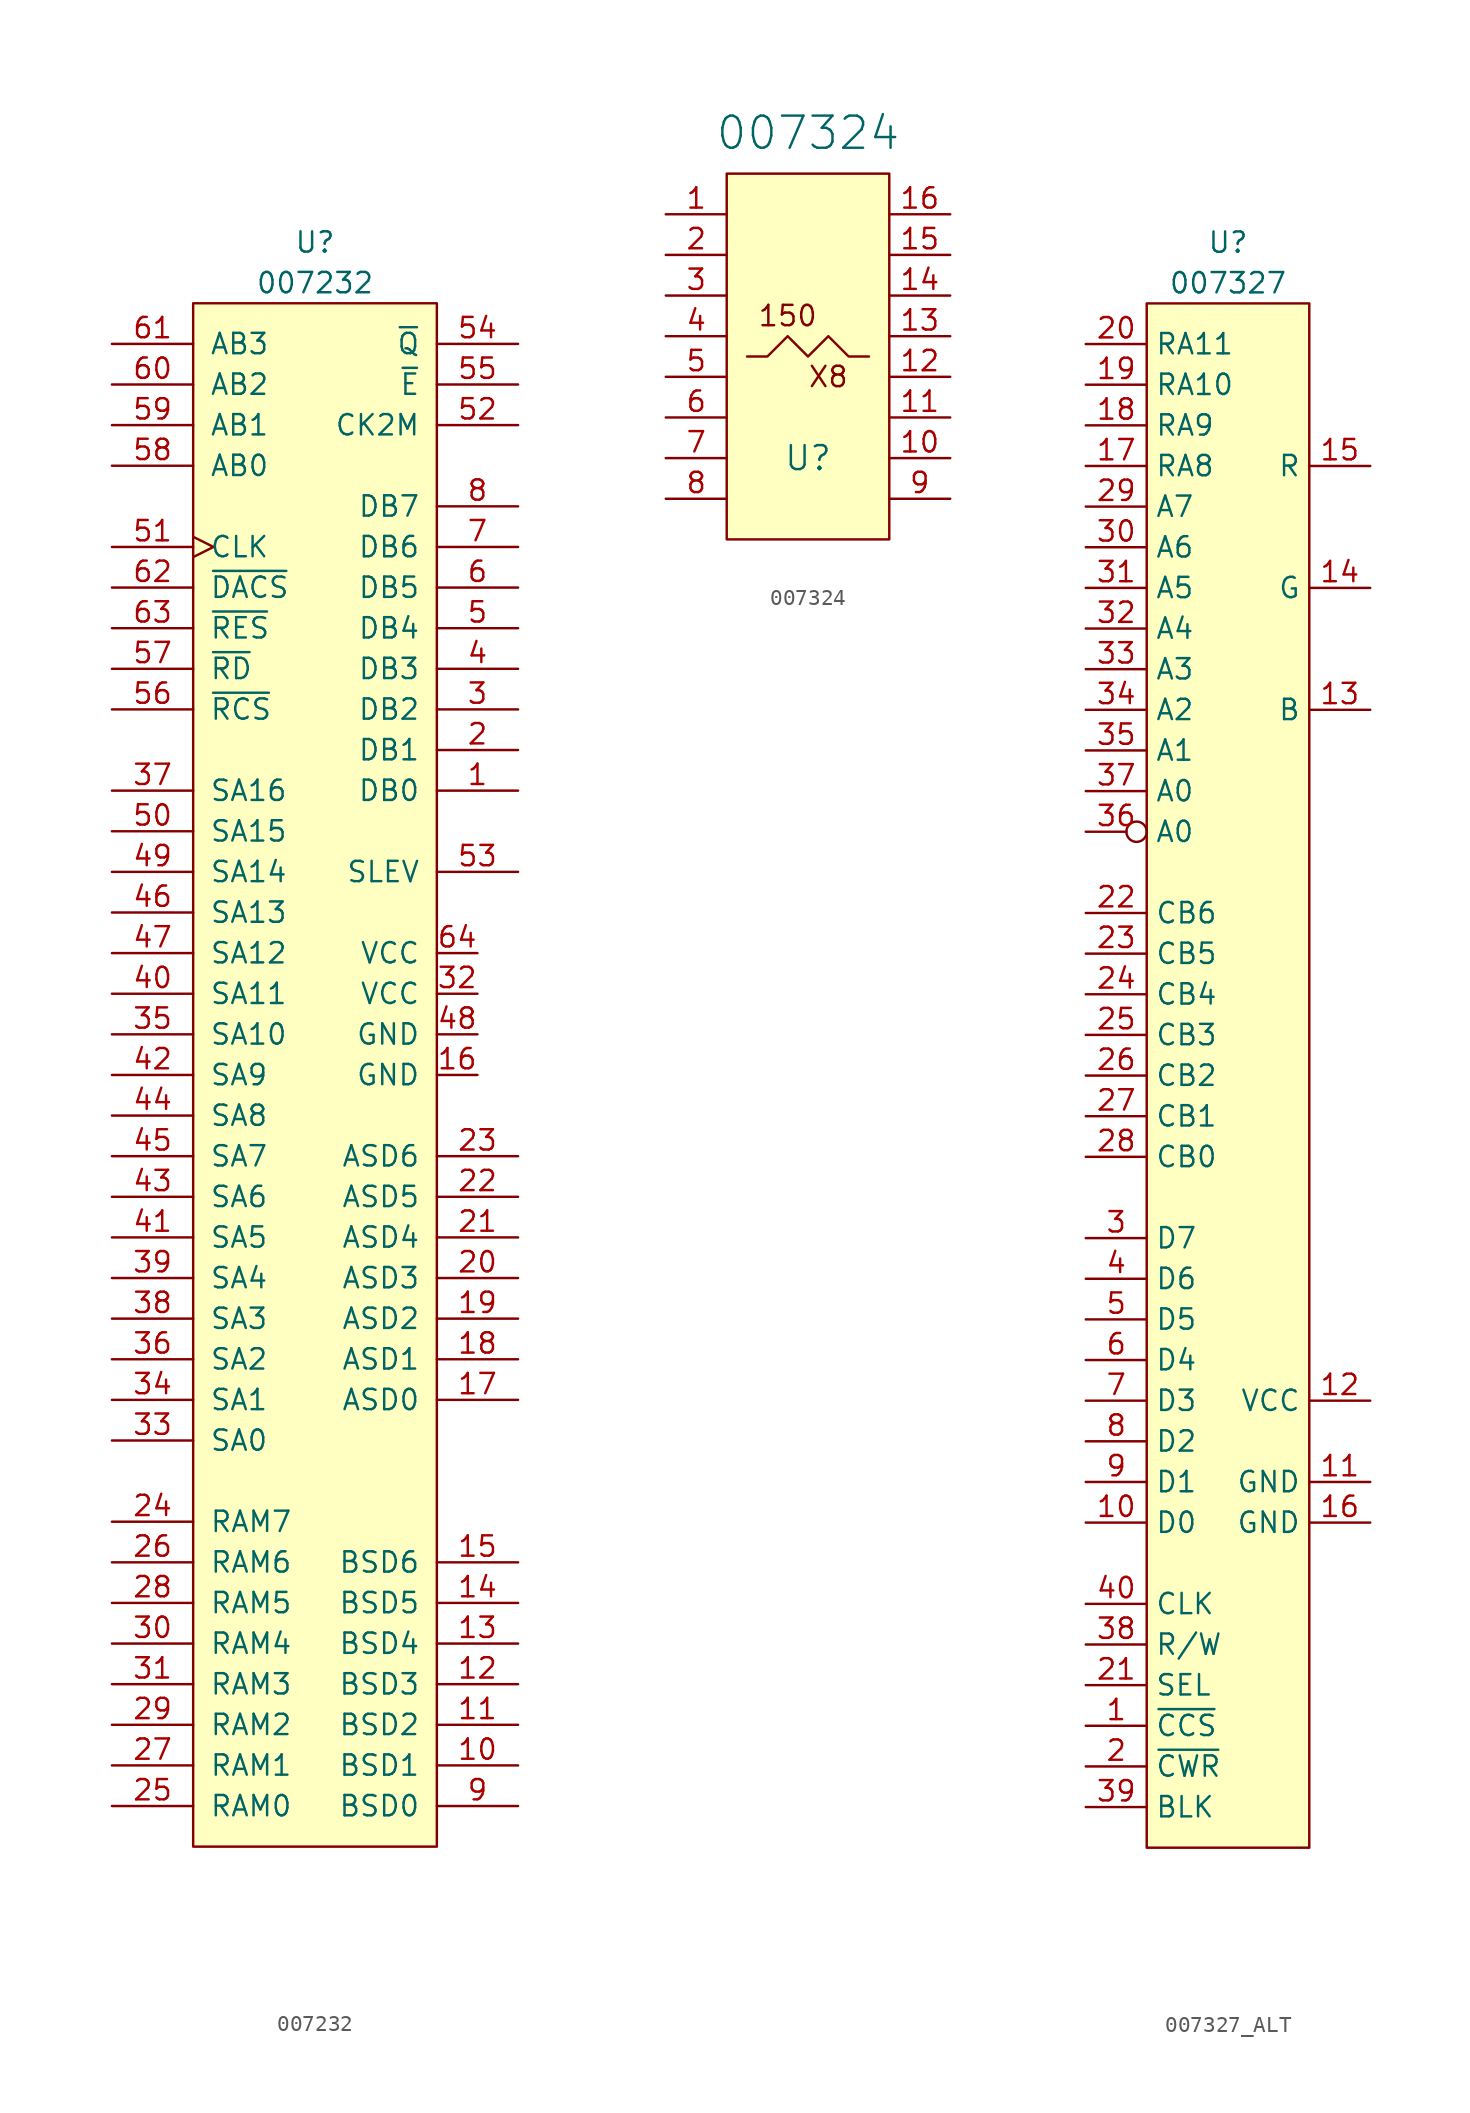
<source format=kicad_sym>
(kicad_symbol_lib
  (version 20231120)
  (generator "kicad_symbol_editor")
  (generator_version "8.0")
  (symbol "007232"
    (pin_names
      (offset 1.016))
    (property "Reference" "U"
      (at 0 52.07 0)
      (effects (font (size 1.27 1.27))))
    (property "Value" "007232"
      (at 0 49.53 0)
      (effects (font (size 1.27 1.27))))
    (symbol "007232_0_0"
      (rectangle (start -7.62 48.26) (end 7.62 -48.26) (stroke (width 0) (type default)) (fill (type background)))
      (pin bidirectional line (at 12.7 17.78 180) (length 5.08) (name "DB0" (effects (font (size 1.27 1.27)))) (number "1" (effects (font (size 1.27 1.27)))))
      (pin output line (at 12.7 -43.18 180) (length 5.08) (name "BSD1" (effects (font (size 1.27 1.27)))) (number "10" (effects (font (size 1.27 1.27)))))
      (pin output line (at 12.7 -40.64 180) (length 5.08) (name "BSD2" (effects (font (size 1.27 1.27)))) (number "11" (effects (font (size 1.27 1.27)))))
      (pin output line (at 12.7 -38.1 180) (length 5.08) (name "BSD3" (effects (font (size 1.27 1.27)))) (number "12" (effects (font (size 1.27 1.27)))))
      (pin output line (at 12.7 -35.56 180) (length 5.08) (name "BSD4" (effects (font (size 1.27 1.27)))) (number "13" (effects (font (size 1.27 1.27)))))
      (pin output line (at 12.7 -33.02 180) (length 5.08) (name "BSD5" (effects (font (size 1.27 1.27)))) (number "14" (effects (font (size 1.27 1.27)))))
      (pin output line (at 12.7 -30.48 180) (length 5.08) (name "BSD6" (effects (font (size 1.27 1.27)))) (number "15" (effects (font (size 1.27 1.27)))))
      (pin power_in line (at 10.16 0 180) (length 2.54) (name "GND" (effects (font (size 1.27 1.27)))) (number "16" (effects (font (size 1.27 1.27)))))
      (pin output line (at 12.7 -20.32 180) (length 5.08) (name "ASD0" (effects (font (size 1.27 1.27)))) (number "17" (effects (font (size 1.27 1.27)))))
      (pin output line (at 12.7 -17.78 180) (length 5.08) (name "ASD1" (effects (font (size 1.27 1.27)))) (number "18" (effects (font (size 1.27 1.27)))))
      (pin output line (at 12.7 -15.24 180) (length 5.08) (name "ASD2" (effects (font (size 1.27 1.27)))) (number "19" (effects (font (size 1.27 1.27)))))
      (pin bidirectional line (at 12.7 20.32 180) (length 5.08) (name "DB1" (effects (font (size 1.27 1.27)))) (number "2" (effects (font (size 1.27 1.27)))))
      (pin output line (at 12.7 -12.7 180) (length 5.08) (name "ASD3" (effects (font (size 1.27 1.27)))) (number "20" (effects (font (size 1.27 1.27)))))
      (pin output line (at 12.7 -10.16 180) (length 5.08) (name "ASD4" (effects (font (size 1.27 1.27)))) (number "21" (effects (font (size 1.27 1.27)))))
      (pin output line (at 12.7 -7.62 180) (length 5.08) (name "ASD5" (effects (font (size 1.27 1.27)))) (number "22" (effects (font (size 1.27 1.27)))))
      (pin output line (at 12.7 -5.08 180) (length 5.08) (name "ASD6" (effects (font (size 1.27 1.27)))) (number "23" (effects (font (size 1.27 1.27)))))
      (pin bidirectional line (at -12.7 -27.94 0) (length 5.08) (name "RAM7" (effects (font (size 1.27 1.27)))) (number "24" (effects (font (size 1.27 1.27)))))
      (pin bidirectional line (at -12.7 -45.72 0) (length 5.08) (name "RAM0" (effects (font (size 1.27 1.27)))) (number "25" (effects (font (size 1.27 1.27)))))
      (pin bidirectional line (at -12.7 -30.48 0) (length 5.08) (name "RAM6" (effects (font (size 1.27 1.27)))) (number "26" (effects (font (size 1.27 1.27)))))
      (pin bidirectional line (at -12.7 -43.18 0) (length 5.08) (name "RAM1" (effects (font (size 1.27 1.27)))) (number "27" (effects (font (size 1.27 1.27)))))
      (pin bidirectional line (at -12.7 -33.02 0) (length 5.08) (name "RAM5" (effects (font (size 1.27 1.27)))) (number "28" (effects (font (size 1.27 1.27)))))
      (pin bidirectional line (at -12.7 -40.64 0) (length 5.08) (name "RAM2" (effects (font (size 1.27 1.27)))) (number "29" (effects (font (size 1.27 1.27)))))
      (pin bidirectional line (at 12.7 22.86 180) (length 5.08) (name "DB2" (effects (font (size 1.27 1.27)))) (number "3" (effects (font (size 1.27 1.27)))))
      (pin bidirectional line (at -12.7 -35.56 0) (length 5.08) (name "RAM4" (effects (font (size 1.27 1.27)))) (number "30" (effects (font (size 1.27 1.27)))))
      (pin bidirectional line (at -12.7 -38.1 0) (length 5.08) (name "RAM3" (effects (font (size 1.27 1.27)))) (number "31" (effects (font (size 1.27 1.27)))))
      (pin power_in line (at 10.16 5.08 180) (length 2.54) (name "VCC" (effects (font (size 1.27 1.27)))) (number "32" (effects (font (size 1.27 1.27)))))
      (pin output line (at -12.7 -22.86 0) (length 5.08) (name "SA0" (effects (font (size 1.27 1.27)))) (number "33" (effects (font (size 1.27 1.27)))))
      (pin output line (at -12.7 -20.32 0) (length 5.08) (name "SA1" (effects (font (size 1.27 1.27)))) (number "34" (effects (font (size 1.27 1.27)))))
      (pin output line (at -12.7 2.54 0) (length 5.08) (name "SA10" (effects (font (size 1.27 1.27)))) (number "35" (effects (font (size 1.27 1.27)))))
      (pin output line (at -12.7 -17.78 0) (length 5.08) (name "SA2" (effects (font (size 1.27 1.27)))) (number "36" (effects (font (size 1.27 1.27)))))
      (pin output line (at -12.7 17.78 0) (length 5.08) (name "SA16" (effects (font (size 1.27 1.27)))) (number "37" (effects (font (size 1.27 1.27)))))
      (pin output line (at -12.7 -15.24 0) (length 5.08) (name "SA3" (effects (font (size 1.27 1.27)))) (number "38" (effects (font (size 1.27 1.27)))))
      (pin output line (at -12.7 -12.7 0) (length 5.08) (name "SA4" (effects (font (size 1.27 1.27)))) (number "39" (effects (font (size 1.27 1.27)))))
      (pin bidirectional line (at 12.7 25.4 180) (length 5.08) (name "DB3" (effects (font (size 1.27 1.27)))) (number "4" (effects (font (size 1.27 1.27)))))
      (pin output line (at -12.7 5.08 0) (length 5.08) (name "SA11" (effects (font (size 1.27 1.27)))) (number "40" (effects (font (size 1.27 1.27)))))
      (pin output line (at -12.7 -10.16 0) (length 5.08) (name "SA5" (effects (font (size 1.27 1.27)))) (number "41" (effects (font (size 1.27 1.27)))))
      (pin output line (at -12.7 0 0) (length 5.08) (name "SA9" (effects (font (size 1.27 1.27)))) (number "42" (effects (font (size 1.27 1.27)))))
      (pin output line (at -12.7 -7.62 0) (length 5.08) (name "SA6" (effects (font (size 1.27 1.27)))) (number "43" (effects (font (size 1.27 1.27)))))
      (pin output line (at -12.7 -2.54 0) (length 5.08) (name "SA8" (effects (font (size 1.27 1.27)))) (number "44" (effects (font (size 1.27 1.27)))))
      (pin output line (at -12.7 -5.08 0) (length 5.08) (name "SA7" (effects (font (size 1.27 1.27)))) (number "45" (effects (font (size 1.27 1.27)))))
      (pin output line (at -12.7 10.16 0) (length 5.08) (name "SA13" (effects (font (size 1.27 1.27)))) (number "46" (effects (font (size 1.27 1.27)))))
      (pin output line (at -12.7 7.62 0) (length 5.08) (name "SA12" (effects (font (size 1.27 1.27)))) (number "47" (effects (font (size 1.27 1.27)))))
      (pin power_in line (at 10.16 2.54 180) (length 2.54) (name "GND" (effects (font (size 1.27 1.27)))) (number "48" (effects (font (size 1.27 1.27)))))
      (pin output line (at -12.7 12.7 0) (length 5.08) (name "SA14" (effects (font (size 1.27 1.27)))) (number "49" (effects (font (size 1.27 1.27)))))
      (pin bidirectional line (at 12.7 27.94 180) (length 5.08) (name "DB4" (effects (font (size 1.27 1.27)))) (number "5" (effects (font (size 1.27 1.27)))))
      (pin output line (at -12.7 15.24 0) (length 5.08) (name "SA15" (effects (font (size 1.27 1.27)))) (number "50" (effects (font (size 1.27 1.27)))))
      (pin input clock (at -12.7 33.02 0) (length 5.08) (name "CLK" (effects (font (size 1.27 1.27)))) (number "51" (effects (font (size 1.27 1.27)))))
      (pin output line (at 12.7 40.64 180) (length 5.08) (name "CK2M" (effects (font (size 1.27 1.27)))) (number "52" (effects (font (size 1.27 1.27)))))
      (pin output line (at 12.7 12.7 180) (length 5.08) (name "SLEV" (effects (font (size 1.27 1.27)))) (number "53" (effects (font (size 1.27 1.27)))))
      (pin output line (at 12.7 45.72 180) (length 5.08) (name "~{Q}" (effects (font (size 1.27 1.27)))) (number "54" (effects (font (size 1.27 1.27)))))
      (pin output line (at 12.7 43.18 180) (length 5.08) (name "~{E}" (effects (font (size 1.27 1.27)))) (number "55" (effects (font (size 1.27 1.27)))))
      (pin input line (at -12.7 22.86 0) (length 5.08) (name "~{RCS}" (effects (font (size 1.27 1.27)))) (number "56" (effects (font (size 1.27 1.27)))))
      (pin input line (at -12.7 25.4 0) (length 5.08) (name "~{RD}" (effects (font (size 1.27 1.27)))) (number "57" (effects (font (size 1.27 1.27)))))
      (pin input line (at -12.7 38.1 0) (length 5.08) (name "AB0" (effects (font (size 1.27 1.27)))) (number "58" (effects (font (size 1.27 1.27)))))
      (pin input line (at -12.7 40.64 0) (length 5.08) (name "AB1" (effects (font (size 1.27 1.27)))) (number "59" (effects (font (size 1.27 1.27)))))
      (pin bidirectional line (at 12.7 30.48 180) (length 5.08) (name "DB5" (effects (font (size 1.27 1.27)))) (number "6" (effects (font (size 1.27 1.27)))))
      (pin input line (at -12.7 43.18 0) (length 5.08) (name "AB2" (effects (font (size 1.27 1.27)))) (number "60" (effects (font (size 1.27 1.27)))))
      (pin input line (at -12.7 45.72 0) (length 5.08) (name "AB3" (effects (font (size 1.27 1.27)))) (number "61" (effects (font (size 1.27 1.27)))))
      (pin input line (at -12.7 30.48 0) (length 5.08) (name "~{DACS}" (effects (font (size 1.27 1.27)))) (number "62" (effects (font (size 1.27 1.27)))))
      (pin input line (at -12.7 27.94 0) (length 5.08) (name "~{RES}" (effects (font (size 1.27 1.27)))) (number "63" (effects (font (size 1.27 1.27)))))
      (pin power_in line (at 10.16 7.62 180) (length 2.54) (name "VCC" (effects (font (size 1.27 1.27)))) (number "64" (effects (font (size 1.27 1.27)))))
      (pin bidirectional line (at 12.7 33.02 180) (length 5.08) (name "DB6" (effects (font (size 1.27 1.27)))) (number "7" (effects (font (size 1.27 1.27)))))
      (pin bidirectional line (at 12.7 35.56 180) (length 5.08) (name "DB7" (effects (font (size 1.27 1.27)))) (number "8" (effects (font (size 1.27 1.27)))))
      (pin output line (at 12.7 -45.72 180) (length 5.08) (name "BSD0" (effects (font (size 1.27 1.27)))) (number "9" (effects (font (size 1.27 1.27)))))))
  (symbol "007324"
    (pin_names
      (offset 1.016))
    (property "Reference" "U"
      (at 5.08 -17.78 0)
      (effects (font (size 1.499 1.499))))
    (property "Value" "007324"
      (at 5.08 2.54 0)
      (effects (font (size 2.007 2.007))))
    (symbol "007324_0_0"
      (polyline (pts (xy 1.27 -11.43) (xy 2.54 -11.43) (xy 3.81 -10.16) (xy 5.08 -11.43) (xy 6.35 -10.16) (xy 7.62 -11.43) (xy 8.89 -11.43)) (stroke (width 0) (type default)) (fill (type none)))
      (rectangle (start 0 0) (end 10.16 -22.86) (stroke (width 0) (type default)) (fill (type background)))
      (text "150" (at 3.81 -8.89 0) (effects (font (size 1.27 1.27))))
      (text "X8" (at 6.35 -12.7 0) (effects (font (size 1.27 1.27)))))
    (symbol "007324_1_1"
      (pin input line (at -3.81 -2.54 0) (length 3.81) (name "~" (effects (font (size 1.27 1.27)))) (number "1" (effects (font (size 1.27 1.27)))))
      (pin input line (at 13.97 -17.78 180) (length 3.81) (name "~" (effects (font (size 1.27 1.27)))) (number "10" (effects (font (size 1.27 1.27)))))
      (pin input line (at 13.97 -15.24 180) (length 3.81) (name "~" (effects (font (size 1.27 1.27)))) (number "11" (effects (font (size 1.27 1.27)))))
      (pin input line (at 13.97 -12.7 180) (length 3.81) (name "~" (effects (font (size 1.27 1.27)))) (number "12" (effects (font (size 1.27 1.27)))))
      (pin input line (at 13.97 -10.16 180) (length 3.81) (name "~" (effects (font (size 1.27 1.27)))) (number "13" (effects (font (size 1.27 1.27)))))
      (pin input line (at 13.97 -7.62 180) (length 3.81) (name "~" (effects (font (size 1.27 1.27)))) (number "14" (effects (font (size 1.27 1.27)))))
      (pin input line (at 13.97 -5.08 180) (length 3.81) (name "~" (effects (font (size 1.27 1.27)))) (number "15" (effects (font (size 1.27 1.27)))))
      (pin input line (at 13.97 -2.54 180) (length 3.81) (name "~" (effects (font (size 1.27 1.27)))) (number "16" (effects (font (size 1.27 1.27)))))
      (pin input line (at -3.81 -5.08 0) (length 3.81) (name "~" (effects (font (size 1.27 1.27)))) (number "2" (effects (font (size 1.27 1.27)))))
      (pin input line (at -3.81 -7.62 0) (length 3.81) (name "~" (effects (font (size 1.27 1.27)))) (number "3" (effects (font (size 1.27 1.27)))))
      (pin input line (at -3.81 -10.16 0) (length 3.81) (name "~" (effects (font (size 1.27 1.27)))) (number "4" (effects (font (size 1.27 1.27)))))
      (pin input line (at -3.81 -12.7 0) (length 3.81) (name "~" (effects (font (size 1.27 1.27)))) (number "5" (effects (font (size 1.27 1.27)))))
      (pin input line (at -3.81 -15.24 0) (length 3.81) (name "~" (effects (font (size 1.27 1.27)))) (number "6" (effects (font (size 1.27 1.27)))))
      (pin input line (at -3.81 -17.78 0) (length 3.81) (name "~" (effects (font (size 1.27 1.27)))) (number "7" (effects (font (size 1.27 1.27)))))
      (pin input line (at -3.81 -20.32 0) (length 3.81) (name "~" (effects (font (size 1.27 1.27)))) (number "8" (effects (font (size 1.27 1.27)))))
      (pin input line (at 13.97 -20.32 180) (length 3.81) (name "~" (effects (font (size 1.27 1.27)))) (number "9" (effects (font (size 1.27 1.27)))))))
  (symbol "007327_ALT"
    (property "Reference" "U"
      (at 0 52.07 0)
      (effects (font (size 1.27 1.27))))
    (property "Value" "007327"
      (at 0 49.53 0)
      (effects (font (size 1.27 1.27))))
    (symbol "007327_ALT_0_0"
      (rectangle (start -5.08 48.26) (end 5.08 -48.26) (stroke (width 0) (type default)) (fill (type background))))
    (symbol "007327_ALT_1_1"
      (pin input line (at -8.89 -40.64 0) (length 3.81) (name "~{CCS}" (effects (font (size 1.27 1.27)))) (number "1" (effects (font (size 1.27 1.27)))))
      (pin input line (at -8.89 -27.94 0) (length 3.81) (name "D0" (effects (font (size 1.27 1.27)))) (number "10" (effects (font (size 1.27 1.27)))))
      (pin input line (at 8.89 -25.4 180) (length 3.81) (name "GND" (effects (font (size 1.27 1.27)))) (number "11" (effects (font (size 1.27 1.27)))))
      (pin input line (at 8.89 -20.32 180) (length 3.81) (name "VCC" (effects (font (size 1.27 1.27)))) (number "12" (effects (font (size 1.27 1.27)))))
      (pin input line (at 8.89 22.86 180) (length 3.81) (name "B" (effects (font (size 1.27 1.27)))) (number "13" (effects (font (size 1.27 1.27)))))
      (pin input line (at 8.89 30.48 180) (length 3.81) (name "G" (effects (font (size 1.27 1.27)))) (number "14" (effects (font (size 1.27 1.27)))))
      (pin input line (at 8.89 38.1 180) (length 3.81) (name "R" (effects (font (size 1.27 1.27)))) (number "15" (effects (font (size 1.27 1.27)))))
      (pin input line (at 8.89 -27.94 180) (length 3.81) (name "GND" (effects (font (size 1.27 1.27)))) (number "16" (effects (font (size 1.27 1.27)))))
      (pin input line (at -8.89 38.1 0) (length 3.81) (name "RA8" (effects (font (size 1.27 1.27)))) (number "17" (effects (font (size 1.27 1.27)))))
      (pin input line (at -8.89 40.64 0) (length 3.81) (name "RA9" (effects (font (size 1.27 1.27)))) (number "18" (effects (font (size 1.27 1.27)))))
      (pin input line (at -8.89 43.18 0) (length 3.81) (name "RA10" (effects (font (size 1.27 1.27)))) (number "19" (effects (font (size 1.27 1.27)))))
      (pin input line (at -8.89 -43.18 0) (length 3.81) (name "~{CWR}" (effects (font (size 1.27 1.27)))) (number "2" (effects (font (size 1.27 1.27)))))
      (pin input line (at -8.89 45.72 0) (length 3.81) (name "RA11" (effects (font (size 1.27 1.27)))) (number "20" (effects (font (size 1.27 1.27)))))
      (pin input line (at -8.89 -38.1 0) (length 3.81) (name "SEL" (effects (font (size 1.27 1.27)))) (number "21" (effects (font (size 1.27 1.27)))))
      (pin input line (at -8.89 10.16 0) (length 3.81) (name "CB6" (effects (font (size 1.27 1.27)))) (number "22" (effects (font (size 1.27 1.27)))))
      (pin input line (at -8.89 7.62 0) (length 3.81) (name "CB5" (effects (font (size 1.27 1.27)))) (number "23" (effects (font (size 1.27 1.27)))))
      (pin input line (at -8.89 5.08 0) (length 3.81) (name "CB4" (effects (font (size 1.27 1.27)))) (number "24" (effects (font (size 1.27 1.27)))))
      (pin input line (at -8.89 2.54 0) (length 3.81) (name "CB3" (effects (font (size 1.27 1.27)))) (number "25" (effects (font (size 1.27 1.27)))))
      (pin input line (at -8.89 0 0) (length 3.81) (name "CB2" (effects (font (size 1.27 1.27)))) (number "26" (effects (font (size 1.27 1.27)))))
      (pin input line (at -8.89 -2.54 0) (length 3.81) (name "CB1" (effects (font (size 1.27 1.27)))) (number "27" (effects (font (size 1.27 1.27)))))
      (pin input line (at -8.89 -5.08 0) (length 3.81) (name "CB0" (effects (font (size 1.27 1.27)))) (number "28" (effects (font (size 1.27 1.27)))))
      (pin input line (at -8.89 35.56 0) (length 3.81) (name "A7" (effects (font (size 1.27 1.27)))) (number "29" (effects (font (size 1.27 1.27)))))
      (pin input line (at -8.89 -10.16 0) (length 3.81) (name "D7" (effects (font (size 1.27 1.27)))) (number "3" (effects (font (size 1.27 1.27)))))
      (pin input line (at -8.89 33.02 0) (length 3.81) (name "A6" (effects (font (size 1.27 1.27)))) (number "30" (effects (font (size 1.27 1.27)))))
      (pin input line (at -8.89 30.48 0) (length 3.81) (name "A5" (effects (font (size 1.27 1.27)))) (number "31" (effects (font (size 1.27 1.27)))))
      (pin input line (at -8.89 27.94 0) (length 3.81) (name "A4" (effects (font (size 1.27 1.27)))) (number "32" (effects (font (size 1.27 1.27)))))
      (pin input line (at -8.89 25.4 0) (length 3.81) (name "A3" (effects (font (size 1.27 1.27)))) (number "33" (effects (font (size 1.27 1.27)))))
      (pin input line (at -8.89 22.86 0) (length 3.81) (name "A2" (effects (font (size 1.27 1.27)))) (number "34" (effects (font (size 1.27 1.27)))))
      (pin input line (at -8.89 20.32 0) (length 3.81) (name "A1" (effects (font (size 1.27 1.27)))) (number "35" (effects (font (size 1.27 1.27)))))
      (pin input inverted (at -8.89 15.24 0) (length 3.81) (name "A0" (effects (font (size 1.27 1.27)))) (number "36" (effects (font (size 1.27 1.27)))))
      (pin input line (at -8.89 17.78 0) (length 3.81) (name "A0" (effects (font (size 1.27 1.27)))) (number "37" (effects (font (size 1.27 1.27)))))
      (pin input line (at -8.89 -35.56 0) (length 3.81) (name "R/W" (effects (font (size 1.27 1.27)))) (number "38" (effects (font (size 1.27 1.27)))))
      (pin input line (at -8.89 -45.72 0) (length 3.81) (name "BLK" (effects (font (size 1.27 1.27)))) (number "39" (effects (font (size 1.27 1.27)))))
      (pin input line (at -8.89 -12.7 0) (length 3.81) (name "D6" (effects (font (size 1.27 1.27)))) (number "4" (effects (font (size 1.27 1.27)))))
      (pin input line (at -8.89 -33.02 0) (length 3.81) (name "CLK" (effects (font (size 1.27 1.27)))) (number "40" (effects (font (size 1.27 1.27)))))
      (pin input line (at -8.89 -15.24 0) (length 3.81) (name "D5" (effects (font (size 1.27 1.27)))) (number "5" (effects (font (size 1.27 1.27)))))
      (pin input line (at -8.89 -17.78 0) (length 3.81) (name "D4" (effects (font (size 1.27 1.27)))) (number "6" (effects (font (size 1.27 1.27)))))
      (pin input line (at -8.89 -20.32 0) (length 3.81) (name "D3" (effects (font (size 1.27 1.27)))) (number "7" (effects (font (size 1.27 1.27)))))
      (pin input line (at -8.89 -22.86 0) (length 3.81) (name "D2" (effects (font (size 1.27 1.27)))) (number "8" (effects (font (size 1.27 1.27)))))
      (pin input line (at -8.89 -25.4 0) (length 3.81) (name "D1" (effects (font (size 1.27 1.27)))) (number "9" (effects (font (size 1.27 1.27))))))))
</source>
